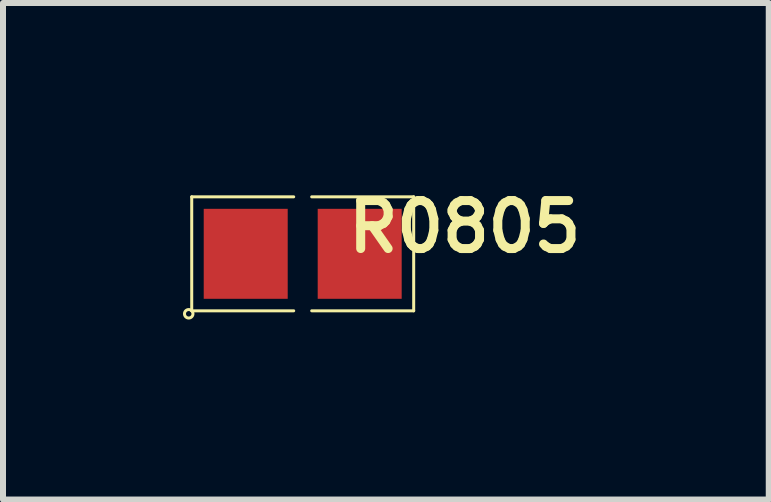
<source format=kicad_pcb>
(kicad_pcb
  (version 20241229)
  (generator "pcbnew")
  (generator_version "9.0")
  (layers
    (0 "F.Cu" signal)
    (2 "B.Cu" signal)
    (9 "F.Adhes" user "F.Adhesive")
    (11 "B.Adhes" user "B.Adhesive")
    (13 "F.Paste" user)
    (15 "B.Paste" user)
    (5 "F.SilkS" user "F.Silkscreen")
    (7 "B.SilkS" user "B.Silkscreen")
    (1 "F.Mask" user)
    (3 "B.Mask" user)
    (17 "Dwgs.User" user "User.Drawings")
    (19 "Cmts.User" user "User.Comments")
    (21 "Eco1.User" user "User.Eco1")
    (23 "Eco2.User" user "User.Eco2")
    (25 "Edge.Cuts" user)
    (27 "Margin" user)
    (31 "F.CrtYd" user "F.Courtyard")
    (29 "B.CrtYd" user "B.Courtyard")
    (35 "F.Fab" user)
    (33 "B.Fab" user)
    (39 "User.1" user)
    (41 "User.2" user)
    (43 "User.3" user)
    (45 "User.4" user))
  (footprint "R0805"
    (layer "F.Cu")
    (at 1.996 1.181)
    (property "Reference" "R0805" (at 2.7 -0.45 0) (layer "F.SilkS") (effects (font (size 0.8 0.8) (thickness 0.15))))
    (attr smd)
    (fp_line (start -1.85 -0.95) (end -1.85 0.95) (stroke (width 0.05) (type solid)) (layer "F.SilkS"))
    (fp_line (start -1.85 0.95) (end -0.15 0.95) (stroke (width 0.05) (type solid)) (layer "F.SilkS"))
    (fp_line (start -0.15 -0.95) (end -1.85 -0.95) (stroke (width 0.05) (type solid)) (layer "F.SilkS"))
    (fp_line (start 0.15 0.95) (end 1.85 0.95) (stroke (width 0.05) (type solid)) (layer "F.SilkS"))
    (fp_line (start 1.85 -0.95) (end 0.15 -0.95) (stroke (width 0.05) (type solid)) (layer "F.SilkS"))
    (fp_line (start 1.85 0.95) (end 1.85 -0.95) (stroke (width 0.05) (type solid)) (layer "F.SilkS"))
    (fp_circle (center -1.9 1) (end -1.85 0.95) (stroke (width 0.05) (type solid)) (fill no) (layer "F.SilkS"))
    (pad "1" smd rect (at -0.95 0) (size 1.4 1.5) (layers "F.Cu" "F.Mask" "F.Paste"))
    (pad "2" smd rect (at 0.95 0) (size 1.4 1.5) (layers "F.Cu" "F.Mask" "F.Paste")))
  (gr_rect
    (start -3 -3)
    (end 9.765 5.277)
    (stroke (width 0.1) (type default))
    (fill no)
    (layer "Edge.Cuts")))
</source>
